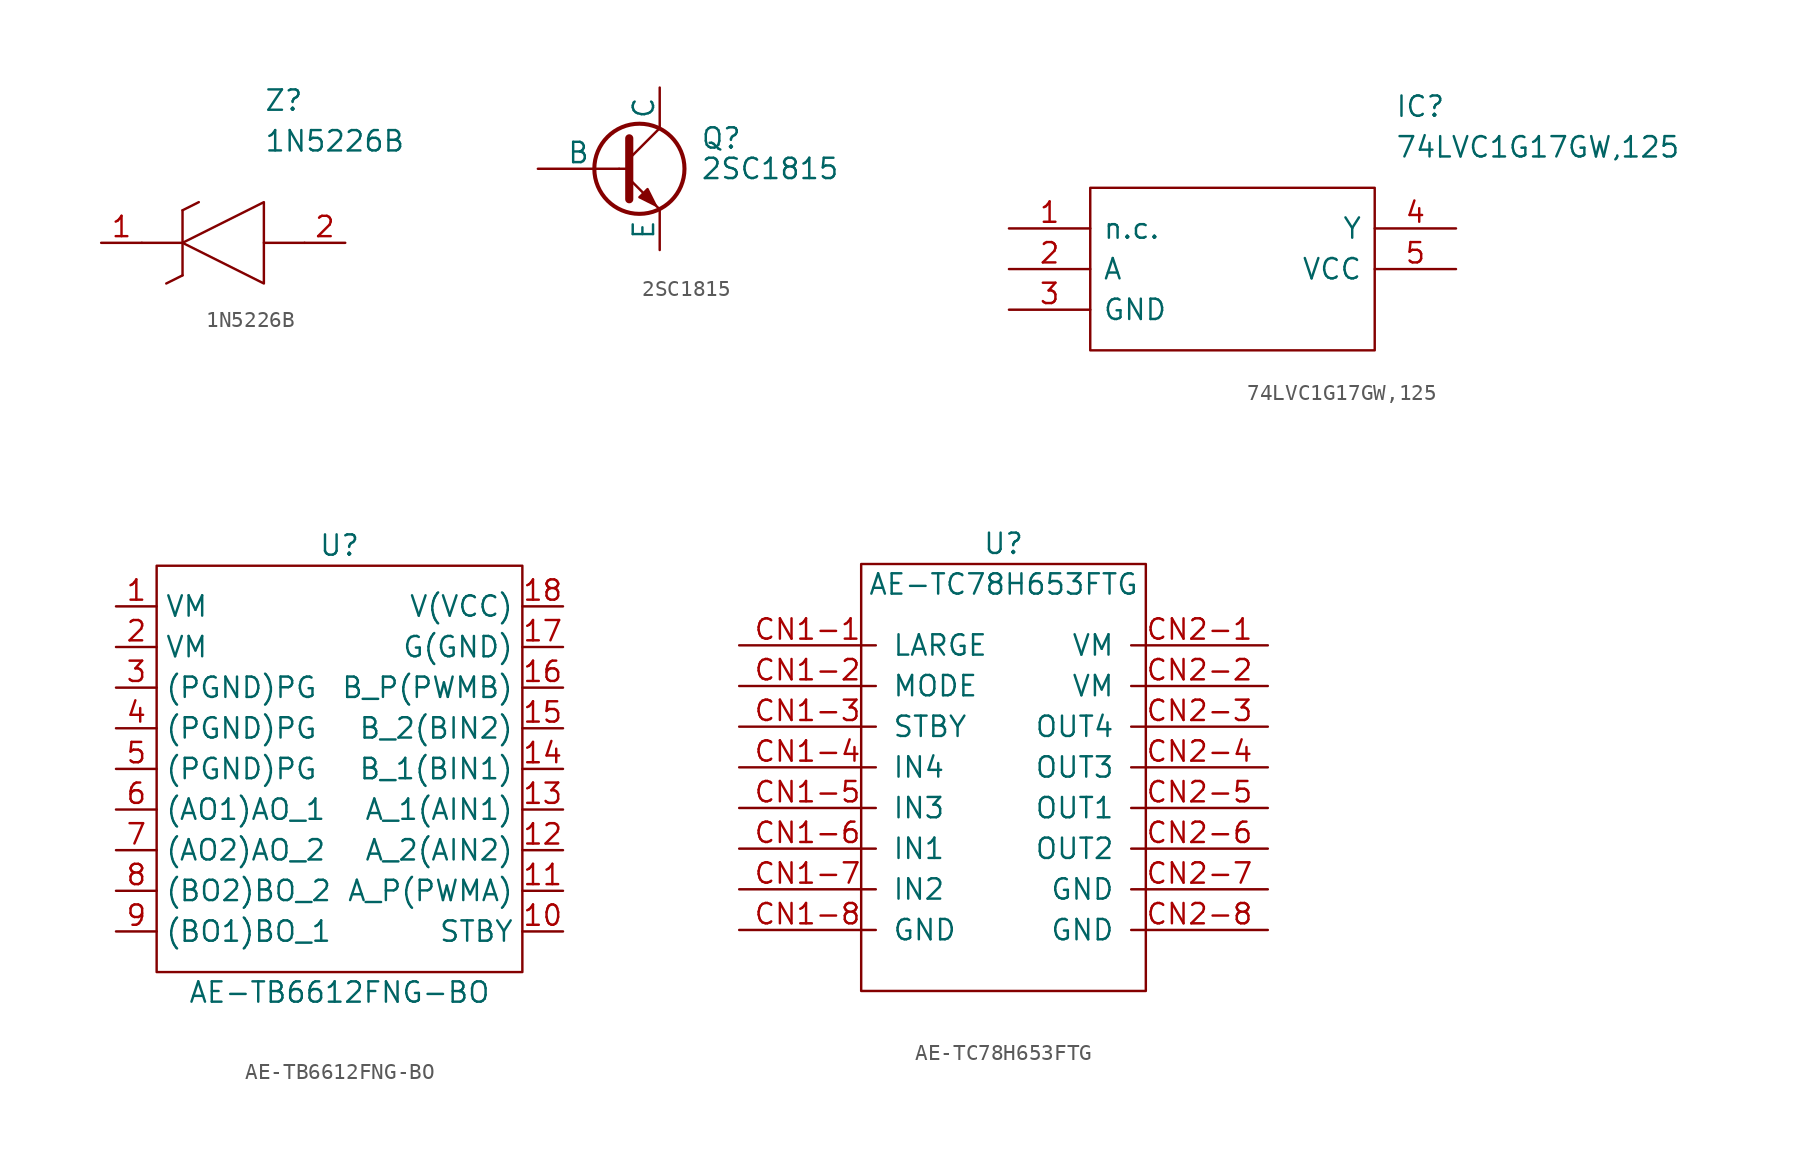
<source format=kicad_sym>
(kicad_symbol_lib
  (version 20211014)
  (generator kicad_symbol_editor)
  (symbol "1N5226B"
    (pin_names
      (offset 0.762))
    (property "Reference" "Z"
      (at 10.16 8.89 0)
      (effects (font (size 1.27 1.27)) (justify left)))
    (property "Value" "1N5226B"
      (at 10.16 6.35 0)
      (effects (font (size 1.27 1.27)) (justify left)))
    (symbol "1N5226B_0_0"
      (pin passive line (at 0 0 0) (length 2.54) (name "~" (effects (font (size 1.27 1.27)))) (number "1" (effects (font (size 1.27 1.27)))))
      (pin passive line (at 15.24 0 180) (length 2.54) (name "~" (effects (font (size 1.27 1.27)))) (number "2" (effects (font (size 1.27 1.27))))))
    (symbol "1N5226B_0_1"
      (polyline (pts (xy 2.54 0) (xy 5.08 0)) (stroke (width 0.152) (type default) (color 0 0 0 0)) (fill (type none)))
      (polyline (pts (xy 4.064 -2.54) (xy 5.08 -2.032)) (stroke (width 0.152) (type default) (color 0 0 0 0)) (fill (type none)))
      (polyline (pts (xy 5.08 2.032) (xy 5.08 -2.032)) (stroke (width 0.152) (type default) (color 0 0 0 0)) (fill (type none)))
      (polyline (pts (xy 5.08 2.032) (xy 6.096 2.54)) (stroke (width 0.152) (type default) (color 0 0 0 0)) (fill (type none)))
      (polyline (pts (xy 12.7 0) (xy 10.16 0)) (stroke (width 0.152) (type default) (color 0 0 0 0)) (fill (type none)))
      (polyline (pts (xy 5.08 0) (xy 10.16 2.54) (xy 10.16 -2.54) (xy 5.08 0)) (stroke (width 0.152) (type default) (color 0 0 0 0)) (fill (type none)))))
  (symbol "2SC1815"
    (pin_numbers hide)
    (pin_names
      (offset 0))
    (property "Reference" "Q"
      (at 5.08 1.905 0)
      (effects (font (size 1.27 1.27)) (justify left)))
    (property "Value" "2SC1815"
      (at 5.08 0 0)
      (effects (font (size 1.27 1.27)) (justify left)))
    (symbol "2SC1815_0_1"
      (polyline (pts (xy 0 0) (xy 0.508 0)) (stroke (width 0) (type default) (color 0 0 0 0)) (fill (type none)))
      (polyline (pts (xy 0.635 0.635) (xy 2.54 2.54)) (stroke (width 0) (type default) (color 0 0 0 0)) (fill (type none)))
      (polyline (pts (xy 0.635 -0.635) (xy 2.54 -2.54) (xy 2.54 -2.54)) (stroke (width 0) (type default) (color 0 0 0 0)) (fill (type none)))
      (polyline (pts (xy 0.635 1.905) (xy 0.635 -1.905) (xy 0.635 -1.905)) (stroke (width 0.508) (type default) (color 0 0 0 0)) (fill (type none)))
      (polyline (pts (xy 1.27 -1.778) (xy 1.778 -1.27) (xy 2.286 -2.286) (xy 1.27 -1.778) (xy 1.27 -1.778)) (stroke (width 0) (type default) (color 0 0 0 0)) (fill (type outline)))
      (circle (center 1.27 0) (radius 2.819) (stroke (width 0.254) (type default) (color 0 0 0 0)) (fill (type none))))
    (symbol "2SC1815_1_1"
      (pin passive line (at 2.54 -5.08 90) (length 2.54) (name "E" (effects (font (size 1.27 1.27)))) (number "1" (effects (font (size 1.27 1.27)))))
      (pin passive line (at 2.54 5.08 270) (length 2.54) (name "C" (effects (font (size 1.27 1.27)))) (number "2" (effects (font (size 1.27 1.27)))))
      (pin input line (at -5.08 0 0) (length 5.08) (name "B" (effects (font (size 1.27 1.27)))) (number "3" (effects (font (size 1.27 1.27)))))))
  (symbol "74LVC1G17GW,125"
    (pin_names
      (offset 0.762))
    (property "Reference" "IC"
      (at 24.13 7.62 0)
      (effects (font (size 1.27 1.27)) (justify left)))
    (property "Value" "74LVC1G17GW,125"
      (at 24.13 5.08 0)
      (effects (font (size 1.27 1.27)) (justify left)))
    (symbol "74LVC1G17GW,125_0_0"
      (pin passive line (at 0 0 0) (length 5.08) (name "n.c." (effects (font (size 1.27 1.27)))) (number "1" (effects (font (size 1.27 1.27)))))
      (pin passive line (at 0 -2.54 0) (length 5.08) (name "A" (effects (font (size 1.27 1.27)))) (number "2" (effects (font (size 1.27 1.27)))))
      (pin passive line (at 0 -5.08 0) (length 5.08) (name "GND" (effects (font (size 1.27 1.27)))) (number "3" (effects (font (size 1.27 1.27)))))
      (pin passive line (at 27.94 0 180) (length 5.08) (name "Y" (effects (font (size 1.27 1.27)))) (number "4" (effects (font (size 1.27 1.27)))))
      (pin passive line (at 27.94 -2.54 180) (length 5.08) (name "VCC" (effects (font (size 1.27 1.27)))) (number "5" (effects (font (size 1.27 1.27))))))
    (symbol "74LVC1G17GW,125_0_1"
      (polyline (pts (xy 5.08 2.54) (xy 22.86 2.54) (xy 22.86 -7.62) (xy 5.08 -7.62) (xy 5.08 2.54)) (stroke (width 0.152) (type default) (color 0 0 0 0)) (fill (type none)))))
  (symbol "AE-TB6612FNG-BO"
    (property "Reference" "U"
      (at 11.43 3.81 0)
      (effects (font (size 1.27 1.27))))
    (property "Value" "AE-TB6612FNG-BO"
      (at 11.43 -24.13 0)
      (effects (font (size 1.27 1.27))))
    (symbol "AE-TB6612FNG-BO_0_1"
      (rectangle (start 0 2.54) (end 22.86 -22.86) (stroke (width 0) (type default) (color 0 0 0 0)) (fill (type none))))
    (symbol "AE-TB6612FNG-BO_1_1"
      (pin power_in line (at -2.54 0 0) (length 2.54) (name "VM" (effects (font (size 1.27 1.27)))) (number "1" (effects (font (size 1.27 1.27)))))
      (pin passive line (at 25.4 -20.32 180) (length 2.54) (name "STBY" (effects (font (size 1.27 1.27)))) (number "10" (effects (font (size 1.27 1.27)))))
      (pin passive line (at 25.4 -17.78 180) (length 2.54) (name "A_P(PWMA)" (effects (font (size 1.27 1.27)))) (number "11" (effects (font (size 1.27 1.27)))))
      (pin passive line (at 25.4 -15.24 180) (length 2.54) (name "A_2(AIN2)" (effects (font (size 1.27 1.27)))) (number "12" (effects (font (size 1.27 1.27)))))
      (pin passive line (at 25.4 -12.7 180) (length 2.54) (name "A_1(AIN1)" (effects (font (size 1.27 1.27)))) (number "13" (effects (font (size 1.27 1.27)))))
      (pin passive line (at 25.4 -10.16 180) (length 2.54) (name "B_1(BIN1)" (effects (font (size 1.27 1.27)))) (number "14" (effects (font (size 1.27 1.27)))))
      (pin passive line (at 25.4 -7.62 180) (length 2.54) (name "B_2(BIN2)" (effects (font (size 1.27 1.27)))) (number "15" (effects (font (size 1.27 1.27)))))
      (pin passive line (at 25.4 -5.08 180) (length 2.54) (name "B_P(PWMB)" (effects (font (size 1.27 1.27)))) (number "16" (effects (font (size 1.27 1.27)))))
      (pin power_in line (at 25.4 -2.54 180) (length 2.54) (name "G(GND)" (effects (font (size 1.27 1.27)))) (number "17" (effects (font (size 1.27 1.27)))))
      (pin power_in line (at 25.4 0 180) (length 2.54) (name "V(VCC)" (effects (font (size 1.27 1.27)))) (number "18" (effects (font (size 1.27 1.27)))))
      (pin power_in line (at -2.54 -2.54 0) (length 2.54) (name "VM" (effects (font (size 1.27 1.27)))) (number "2" (effects (font (size 1.27 1.27)))))
      (pin power_in line (at -2.54 -5.08 0) (length 2.54) (name "(PGND)PG" (effects (font (size 1.27 1.27)))) (number "3" (effects (font (size 1.27 1.27)))))
      (pin power_in line (at -2.54 -7.62 0) (length 2.54) (name "(PGND)PG" (effects (font (size 1.27 1.27)))) (number "4" (effects (font (size 1.27 1.27)))))
      (pin power_in line (at -2.54 -10.16 0) (length 2.54) (name "(PGND)PG" (effects (font (size 1.27 1.27)))) (number "5" (effects (font (size 1.27 1.27)))))
      (pin passive line (at -2.54 -12.7 0) (length 2.54) (name "(AO1)AO_1" (effects (font (size 1.27 1.27)))) (number "6" (effects (font (size 1.27 1.27)))))
      (pin passive line (at -2.54 -15.24 0) (length 2.54) (name "(AO2)AO_2" (effects (font (size 1.27 1.27)))) (number "7" (effects (font (size 1.27 1.27)))))
      (pin passive line (at -2.54 -17.78 0) (length 2.54) (name "(BO2)BO_2" (effects (font (size 1.27 1.27)))) (number "8" (effects (font (size 1.27 1.27)))))
      (pin passive line (at -2.54 -20.32 0) (length 2.54) (name "(BO1)BO_1" (effects (font (size 1.27 1.27)))) (number "9" (effects (font (size 1.27 1.27)))))))
  (symbol "AE-TC78H653FTG"
    (pin_names
      (offset 1.016))
    (property "Reference" "U"
      (at 16.51 6.35 0)
      (effects (font (size 1.27 1.27))))
    (property "Value" "AE-TC78H653FTG"
      (at 16.51 3.81 0)
      (effects (font (size 1.27 1.27))))
    (symbol "AE-TC78H653FTG_0_1"
      (rectangle (start 7.62 5.08) (end 25.4 -21.59) (stroke (width 0) (type default) (color 0 0 0 0)) (fill (type none))))
    (symbol "AE-TC78H653FTG_1_1"
      (pin input line (at 0 0 0) (length 8.534) (name "LARGE" (effects (font (size 1.27 1.27)))) (number "CN1-1" (effects (font (size 1.27 1.27)))))
      (pin input line (at 0 -2.54 0) (length 8.534) (name "MODE" (effects (font (size 1.27 1.27)))) (number "CN1-2" (effects (font (size 1.27 1.27)))))
      (pin input line (at 0 -5.08 0) (length 8.534) (name "STBY" (effects (font (size 1.27 1.27)))) (number "CN1-3" (effects (font (size 1.27 1.27)))))
      (pin input line (at 0 -7.62 0) (length 8.534) (name "IN4" (effects (font (size 1.27 1.27)))) (number "CN1-4" (effects (font (size 1.27 1.27)))))
      (pin input line (at 0 -10.16 0) (length 8.534) (name "IN3" (effects (font (size 1.27 1.27)))) (number "CN1-5" (effects (font (size 1.27 1.27)))))
      (pin input line (at 0 -12.7 0) (length 8.534) (name "IN1" (effects (font (size 1.27 1.27)))) (number "CN1-6" (effects (font (size 1.27 1.27)))))
      (pin input line (at 0 -15.24 0) (length 8.534) (name "IN2" (effects (font (size 1.27 1.27)))) (number "CN1-7" (effects (font (size 1.27 1.27)))))
      (pin passive line (at 0 -17.78 0) (length 8.534) (name "GND" (effects (font (size 1.27 1.27)))) (number "CN1-8" (effects (font (size 1.27 1.27)))))
      (pin passive line (at 33.02 0 180) (length 8.534) (name "VM" (effects (font (size 1.27 1.27)))) (number "CN2-1" (effects (font (size 1.27 1.27)))))
      (pin passive line (at 33.02 -2.54 180) (length 8.534) (name "VM" (effects (font (size 1.27 1.27)))) (number "CN2-2" (effects (font (size 1.27 1.27)))))
      (pin output line (at 33.02 -5.08 180) (length 8.534) (name "OUT4" (effects (font (size 1.27 1.27)))) (number "CN2-3" (effects (font (size 1.27 1.27)))))
      (pin output line (at 33.02 -7.62 180) (length 8.534) (name "OUT3" (effects (font (size 1.27 1.27)))) (number "CN2-4" (effects (font (size 1.27 1.27)))))
      (pin output line (at 33.02 -10.16 180) (length 8.534) (name "OUT1" (effects (font (size 1.27 1.27)))) (number "CN2-5" (effects (font (size 1.27 1.27)))))
      (pin output line (at 33.02 -12.7 180) (length 8.534) (name "OUT2" (effects (font (size 1.27 1.27)))) (number "CN2-6" (effects (font (size 1.27 1.27)))))
      (pin passive line (at 33.02 -15.24 180) (length 8.534) (name "GND" (effects (font (size 1.27 1.27)))) (number "CN2-7" (effects (font (size 1.27 1.27)))))
      (pin passive line (at 33.02 -17.78 180) (length 8.534) (name "GND" (effects (font (size 1.27 1.27)))) (number "CN2-8" (effects (font (size 1.27 1.27))))))))
</source>
